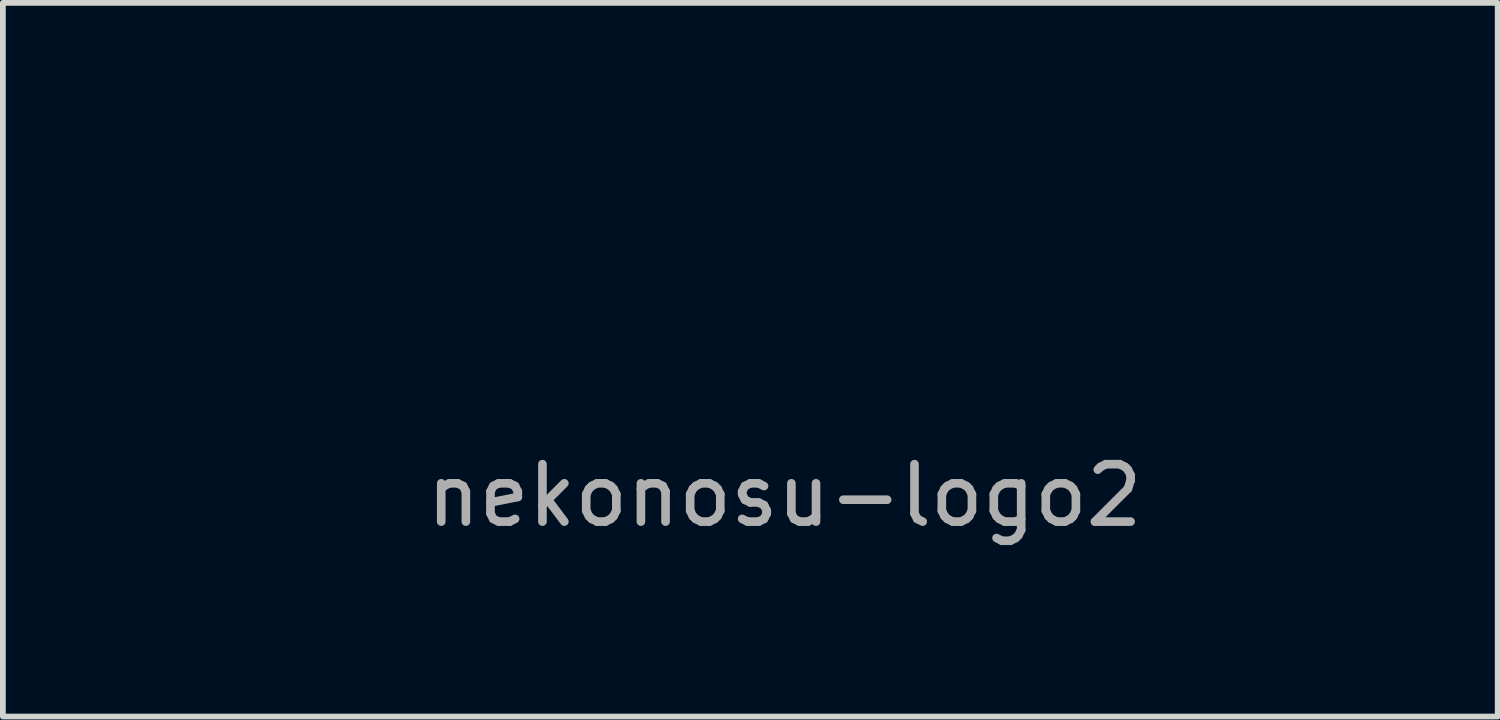
<source format=kicad_pcb>
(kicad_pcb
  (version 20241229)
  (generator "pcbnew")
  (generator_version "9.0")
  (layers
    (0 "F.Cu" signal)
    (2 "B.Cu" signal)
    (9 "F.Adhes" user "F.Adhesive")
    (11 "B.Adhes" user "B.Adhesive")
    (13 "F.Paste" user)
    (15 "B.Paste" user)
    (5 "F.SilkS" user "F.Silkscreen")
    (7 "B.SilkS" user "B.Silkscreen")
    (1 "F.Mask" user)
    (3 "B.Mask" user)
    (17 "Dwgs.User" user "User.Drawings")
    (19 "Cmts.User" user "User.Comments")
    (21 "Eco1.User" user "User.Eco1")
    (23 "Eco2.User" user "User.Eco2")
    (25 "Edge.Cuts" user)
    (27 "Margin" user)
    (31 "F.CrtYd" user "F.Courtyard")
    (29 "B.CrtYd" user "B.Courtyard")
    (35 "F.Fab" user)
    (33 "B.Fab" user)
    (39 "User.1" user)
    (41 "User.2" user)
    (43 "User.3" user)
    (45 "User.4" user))
  (footprint "nekonosu-logo2"
    (layer "F.Cu")
    (at 10.607 4.305)
    (property "Reference" "nekonosu-logo2" (at 0 1.27 0) (layer "F.Fab") (effects (font (size 1 1) (thickness 0.15))))
    (attr through_hole)
    (fp_line (start -10.199 -2.241) (end -9.719 -4.205) (stroke (width 0.2) (type solid)) (layer "F.Mask"))
    (fp_line (start -9.719 -4.205) (end -8.121 -3.287) (stroke (width 0.2) (type solid)) (layer "F.Mask"))
    (fp_line (start -6.899 -3.049) (end -4.742 -2.781) (stroke (width 0.2) (type solid)) (layer "F.Mask"))
    (fp_line (start -6.004 0.721) (end -6.004 -0.14) (stroke (width 0.2) (type solid)) (layer "F.Mask"))
    (fp_line (start -5.27 -0.654) (end -5.27 0.721) (stroke (width 0.2) (type solid)) (layer "F.Mask"))
    (fp_line (start -5.27 0.721) (end -6.004 0.721) (stroke (width 0.2) (type solid)) (layer "F.Mask"))
    (fp_line (start -4.954 0.721) (end -4.954 -0.654) (stroke (width 0.2) (type solid)) (layer "F.Mask"))
    (fp_line (start -4.742 -2.781) (end -5.531 -1.403) (stroke (width 0.2) (type solid)) (layer "F.Mask"))
    (fp_line (start -4.22 -0.654) (end -4.22 0.721) (stroke (width 0.2) (type solid)) (layer "F.Mask"))
    (fp_line (start -4.22 0.721) (end -4.954 0.721) (stroke (width 0.2) (type solid)) (layer "F.Mask"))
    (fp_line (start -3.825 0.062) (end -3.825 -0.781) (stroke (width 0.2) (type solid)) (layer "F.Mask"))
    (fp_line (start -3.048 -1.434) (end -2.411 -1.434) (stroke (width 0.2) (type solid)) (layer "F.Mask"))
    (fp_line (start -2.904 0.107) (end -2.411 0.107) (stroke (width 0.2) (type solid)) (layer "F.Mask"))
    (fp_line (start -2.863 -0.594) (end -2.459 -0.594) (stroke (width 0.2) (type solid)) (layer "F.Mask"))
    (fp_line (start -2.459 -0.594) (end -2.459 -0.116) (stroke (width 0.2) (type solid)) (layer "F.Mask"))
    (fp_line (start -2.459 -0.116) (end -2.937 -0.116) (stroke (width 0.2) (type solid)) (layer "F.Mask"))
    (fp_line (start -2.411 -1.434) (end -2.411 -0.813) (stroke (width 0.2) (type solid)) (layer "F.Mask"))
    (fp_line (start -2.411 -0.813) (end -2.878 -0.813) (stroke (width 0.2) (type solid)) (layer "F.Mask"))
    (fp_line (start -2.411 0.107) (end -2.411 0.721) (stroke (width 0.2) (type solid)) (layer "F.Mask"))
    (fp_line (start -2.411 0.721) (end -2.989 0.721) (stroke (width 0.2) (type solid)) (layer "F.Mask"))
    (fp_line (start -1.989 -1.434) (end -1.257 -1.434) (stroke (width 0.2) (type solid)) (layer "F.Mask"))
    (fp_line (start -1.989 0.721) (end -1.989 -1.434) (stroke (width 0.2) (type solid)) (layer "F.Mask"))
    (fp_line (start -1.257 -1.434) (end -1.257 0.721) (stroke (width 0.2) (type solid)) (layer "F.Mask"))
    (fp_line (start -1.257 0.721) (end -1.989 0.721) (stroke (width 0.2) (type solid)) (layer "F.Mask"))
    (fp_line (start -1.234 -0.468) (end -0.601 -1.434) (stroke (width 0.2) (type solid)) (layer "F.Mask"))
    (fp_line (start -0.675 0.721) (end -1.234 -0.468) (stroke (width 0.2) (type solid)) (layer "F.Mask"))
    (fp_line (start -0.601 -1.434) (end 0.154 -1.434) (stroke (width 0.2) (type solid)) (layer "F.Mask"))
    (fp_line (start -0.498 -0.455) (end 0.15 0.721) (stroke (width 0.2) (type solid)) (layer "F.Mask"))
    (fp_line (start 0.15 0.721) (end -0.675 0.721) (stroke (width 0.2) (type solid)) (layer "F.Mask"))
    (fp_line (start 0.154 -1.434) (end -0.498 -0.455) (stroke (width 0.2) (type solid)) (layer "F.Mask"))
    (fp_line (start 1.546 -0.852) (end 1.546 -0.852) (stroke (width 0.2) (type solid)) (layer "F.Mask"))
    (fp_line (start 1.568 -1.485) (end 1.568 -1.485) (stroke (width 0.2) (type solid)) (layer "F.Mask"))
    (fp_line (start 3.135 0.721) (end 3.135 -0.678) (stroke (width 0.2) (type solid)) (layer "F.Mask"))
    (fp_line (start 3.868 -0.655) (end 3.868 0.721) (stroke (width 0.2) (type solid)) (layer "F.Mask"))
    (fp_line (start 3.868 0.721) (end 3.135 0.721) (stroke (width 0.2) (type solid)) (layer "F.Mask"))
    (fp_line (start 4.186 0.721) (end 4.186 -0.655) (stroke (width 0.2) (type solid)) (layer "F.Mask"))
    (fp_line (start 4.919 -0.655) (end 4.919 0.721) (stroke (width 0.2) (type solid)) (layer "F.Mask"))
    (fp_line (start 4.919 0.721) (end 4.186 0.721) (stroke (width 0.2) (type solid)) (layer "F.Mask"))
    (fp_line (start 6.514 -0.852) (end 6.514 -0.852) (stroke (width 0.2) (type solid)) (layer "F.Mask"))
    (fp_line (start 6.536 -1.485) (end 6.536 -1.485) (stroke (width 0.2) (type solid)) (layer "F.Mask"))
    (fp_line (start 8.03 0.705) (end 8.03 0.081) (stroke (width 0.2) (type solid)) (layer "F.Mask"))
    (fp_line (start 9.055 -0.503) (end 9.111 -0.419) (stroke (width 0.2) (type solid)) (layer "F.Mask"))
    (fp_line (start 9.314 -1.44) (end 9.314 -1.44) (stroke (width 0.2) (type solid)) (layer "F.Mask"))
    (fp_line (start 9.314 -1.44) (end 9.314 -0.826) (stroke (width 0.2) (type solid)) (layer "F.Mask"))
    (fp_curve (pts (xy -10.507 -1.256) (xy -10.507 -1.613) (xy -10.395 -1.949) (xy -10.199 -2.241)) (stroke (width 0.2) (type solid)) (layer "F.Mask"))
    (fp_curve (pts (xy -8.121 -3.287) (xy -8.099 -3.287) (xy -8.076 -3.288) (xy -8.053 -3.288)) (stroke (width 0.2) (type solid)) (layer "F.Mask"))
    (fp_curve (pts (xy -8.053 -3.288) (xy -7.636 -3.288) (xy -7.243 -3.201) (xy -6.899 -3.049)) (stroke (width 0.2) (type solid)) (layer "F.Mask"))
    (fp_curve (pts (xy -8.053 0.775) (xy -9.407 0.775) (xy -10.507 -0.135) (xy -10.507 -1.256)) (stroke (width 0.2) (type solid)) (layer "F.Mask"))
    (fp_curve (pts (xy -6.004 -0.14) (xy -6.443 0.411) (xy -7.197 0.775) (xy -8.053 0.775)) (stroke (width 0.2) (type solid)) (layer "F.Mask"))
    (fp_curve (pts (xy -5.531 -1.403) (xy -5.401 -1.458) (xy -5.251 -1.485) (xy -5.08 -1.485)) (stroke (width 0.2) (type solid)) (layer "F.Mask"))
    (fp_curve (pts (xy -5.115 -0.851) (xy -5.218 -0.851) (xy -5.27 -0.786) (xy -5.27 -0.654)) (stroke (width 0.2) (type solid)) (layer "F.Mask"))
    (fp_curve (pts (xy -5.08 -1.485) (xy -4.802 -1.485) (xy -4.589 -1.414) (xy -4.442 -1.271)) (stroke (width 0.2) (type solid)) (layer "F.Mask"))
    (fp_curve (pts (xy -4.954 -0.654) (xy -4.954 -0.786) (xy -5.008 -0.851) (xy -5.115 -0.851)) (stroke (width 0.2) (type solid)) (layer "F.Mask"))
    (fp_curve (pts (xy -4.442 -1.271) (xy -4.294 -1.128) (xy -4.22 -0.922) (xy -4.22 -0.654)) (stroke (width 0.2) (type solid)) (layer "F.Mask"))
    (fp_curve (pts (xy -3.825 -0.781) (xy -3.825 -0.988) (xy -3.755 -1.149) (xy -3.622 -1.262)) (stroke (width 0.2) (type solid)) (layer "F.Mask"))
    (fp_curve (pts (xy -3.622 -1.262) (xy -3.485 -1.375) (xy -3.296 -1.434) (xy -3.048 -1.434)) (stroke (width 0.2) (type solid)) (layer "F.Mask"))
    (fp_curve (pts (xy -3.611 0.553) (xy -3.751 0.44) (xy -3.825 0.275) (xy -3.825 0.062)) (stroke (width 0.2) (type solid)) (layer "F.Mask"))
    (fp_curve (pts (xy -3.115 -0.006) (xy -3.115 0.039) (xy -3.103 0.072) (xy -3.074 0.085)) (stroke (width 0.2) (type solid)) (layer "F.Mask"))
    (fp_curve (pts (xy -3.074 -0.09) (xy -3.103 -0.074) (xy -3.115 -0.045) (xy -3.115 -0.006)) (stroke (width 0.2) (type solid)) (layer "F.Mask"))
    (fp_curve (pts (xy -3.074 0.085) (xy -3.048 0.098) (xy -2.989 0.107) (xy -2.904 0.107)) (stroke (width 0.2) (type solid)) (layer "F.Mask"))
    (fp_curve (pts (xy -3.07 -0.707) (xy -3.07 -0.665) (xy -3.055 -0.636) (xy -3.022 -0.62)) (stroke (width 0.2) (type solid)) (layer "F.Mask"))
    (fp_curve (pts (xy -3.022 -0.62) (xy -2.992 -0.603) (xy -2.941 -0.594) (xy -2.863 -0.594)) (stroke (width 0.2) (type solid)) (layer "F.Mask"))
    (fp_curve (pts (xy -2.989 0.721) (xy -3.259 0.721) (xy -3.466 0.666) (xy -3.611 0.553)) (stroke (width 0.2) (type solid)) (layer "F.Mask"))
    (fp_curve (pts (xy -2.937 -0.116) (xy -3.003 -0.116) (xy -3.048 -0.106) (xy -3.074 -0.09)) (stroke (width 0.2) (type solid)) (layer "F.Mask"))
    (fp_curve (pts (xy -2.878 -0.813) (xy -3.007 -0.813) (xy -3.07 -0.778) (xy -3.07 -0.707)) (stroke (width 0.2) (type solid)) (layer "F.Mask"))
    (fp_curve (pts (xy 0.25 -0.355) (xy 0.25 -0.671) (xy 0.376 -0.939) (xy 0.631 -1.159)) (stroke (width 0.2) (type solid)) (layer "F.Mask"))
    (fp_curve (pts (xy 0.628 0.443) (xy 0.376 0.224) (xy 0.25 -0.045) (xy 0.25 -0.355)) (stroke (width 0.2) (type solid)) (layer "F.Mask"))
    (fp_curve (pts (xy 0.631 -1.159) (xy 0.887 -1.375) (xy 1.198 -1.485) (xy 1.568 -1.485)) (stroke (width 0.2) (type solid)) (layer "F.Mask"))
    (fp_curve (pts (xy 1.001 -0.355) (xy 1.001 -0.219) (xy 1.053 -0.103) (xy 1.161 -0.006)) (stroke (width 0.2) (type solid)) (layer "F.Mask"))
    (fp_curve (pts (xy 1.161 -0.707) (xy 1.053 -0.61) (xy 1.001 -0.494) (xy 1.001 -0.355)) (stroke (width 0.2) (type solid)) (layer "F.Mask"))
    (fp_curve (pts (xy 1.161 -0.006) (xy 1.268 0.091) (xy 1.398 0.14) (xy 1.546 0.14)) (stroke (width 0.2) (type solid)) (layer "F.Mask"))
    (fp_curve (pts (xy 1.546 -0.852) (xy 1.394 -0.852) (xy 1.268 -0.804) (xy 1.161 -0.707)) (stroke (width 0.2) (type solid)) (layer "F.Mask"))
    (fp_curve (pts (xy 1.546 0.14) (xy 1.697 0.14) (xy 1.827 0.091) (xy 1.931 -0.006)) (stroke (width 0.2) (type solid)) (layer "F.Mask"))
    (fp_curve (pts (xy 1.546 0.776) (xy 1.187 0.776) (xy 0.883 0.663) (xy 0.628 0.443)) (stroke (width 0.2) (type solid)) (layer "F.Mask"))
    (fp_curve (pts (xy 1.568 -1.485) (xy 1.916 -1.485) (xy 2.216 -1.375) (xy 2.467 -1.153)) (stroke (width 0.2) (type solid)) (layer "F.Mask"))
    (fp_curve (pts (xy 1.931 -0.707) (xy 1.827 -0.804) (xy 1.697 -0.852) (xy 1.546 -0.852)) (stroke (width 0.2) (type solid)) (layer "F.Mask"))
    (fp_curve (pts (xy 1.931 -0.006) (xy 2.038 -0.103) (xy 2.09 -0.219) (xy 2.09 -0.355)) (stroke (width 0.2) (type solid)) (layer "F.Mask"))
    (fp_curve (pts (xy 2.09 -0.355) (xy 2.09 -0.494) (xy 2.038 -0.61) (xy 1.931 -0.707)) (stroke (width 0.2) (type solid)) (layer "F.Mask"))
    (fp_curve (pts (xy 2.464 0.446) (xy 2.212 0.666) (xy 1.905 0.776) (xy 1.546 0.776)) (stroke (width 0.2) (type solid)) (layer "F.Mask"))
    (fp_curve (pts (xy 2.467 -1.153) (xy 2.715 -0.93) (xy 2.841 -0.665) (xy 2.841 -0.355)) (stroke (width 0.2) (type solid)) (layer "F.Mask"))
    (fp_curve (pts (xy 2.841 -0.355) (xy 2.841 -0.041) (xy 2.715 0.227) (xy 2.464 0.446)) (stroke (width 0.2) (type solid)) (layer "F.Mask"))
    (fp_curve (pts (xy 3.135 -0.678) (xy 3.135 -0.92) (xy 3.22 -1.117) (xy 3.387 -1.266)) (stroke (width 0.2) (type solid)) (layer "F.Mask"))
    (fp_curve (pts (xy 3.387 -1.266) (xy 3.557 -1.411) (xy 3.779 -1.485) (xy 4.061 -1.485)) (stroke (width 0.2) (type solid)) (layer "F.Mask"))
    (fp_curve (pts (xy 4.024 -0.852) (xy 3.92 -0.852) (xy 3.868 -0.784) (xy 3.868 -0.655)) (stroke (width 0.2) (type solid)) (layer "F.Mask"))
    (fp_curve (pts (xy 4.061 -1.485) (xy 4.338 -1.485) (xy 4.549 -1.414) (xy 4.697 -1.272)) (stroke (width 0.2) (type solid)) (layer "F.Mask"))
    (fp_curve (pts (xy 4.186 -0.655) (xy 4.186 -0.784) (xy 4.131 -0.852) (xy 4.024 -0.852)) (stroke (width 0.2) (type solid)) (layer "F.Mask"))
    (fp_curve (pts (xy 4.697 -1.272) (xy 4.845 -1.127) (xy 4.919 -0.923) (xy 4.919 -0.655)) (stroke (width 0.2) (type solid)) (layer "F.Mask"))
    (fp_curve (pts (xy 5.219 -0.355) (xy 5.219 -0.671) (xy 5.344 -0.939) (xy 5.6 -1.159)) (stroke (width 0.2) (type solid)) (layer "F.Mask"))
    (fp_curve (pts (xy 5.596 0.443) (xy 5.344 0.224) (xy 5.219 -0.045) (xy 5.219 -0.355)) (stroke (width 0.2) (type solid)) (layer "F.Mask"))
    (fp_curve (pts (xy 5.6 -1.159) (xy 5.855 -1.375) (xy 6.166 -1.485) (xy 6.536 -1.485)) (stroke (width 0.2) (type solid)) (layer "F.Mask"))
    (fp_curve (pts (xy 5.97 -0.355) (xy 5.97 -0.219) (xy 6.022 -0.103) (xy 6.129 -0.006)) (stroke (width 0.2) (type solid)) (layer "F.Mask"))
    (fp_curve (pts (xy 6.129 -0.707) (xy 6.022 -0.61) (xy 5.97 -0.494) (xy 5.97 -0.355)) (stroke (width 0.2) (type solid)) (layer "F.Mask"))
    (fp_curve (pts (xy 6.129 -0.006) (xy 6.237 0.091) (xy 6.366 0.14) (xy 6.514 0.14)) (stroke (width 0.2) (type solid)) (layer "F.Mask"))
    (fp_curve (pts (xy 6.514 -0.852) (xy 6.362 -0.852) (xy 6.237 -0.804) (xy 6.129 -0.707)) (stroke (width 0.2) (type solid)) (layer "F.Mask"))
    (fp_curve (pts (xy 6.514 0.14) (xy 6.666 0.14) (xy 6.796 0.091) (xy 6.899 -0.006)) (stroke (width 0.2) (type solid)) (layer "F.Mask"))
    (fp_curve (pts (xy 6.514 0.776) (xy 6.155 0.776) (xy 5.852 0.663) (xy 5.596 0.443)) (stroke (width 0.2) (type solid)) (layer "F.Mask"))
    (fp_curve (pts (xy 6.536 -1.485) (xy 6.884 -1.485) (xy 7.184 -1.375) (xy 7.436 -1.153)) (stroke (width 0.2) (type solid)) (layer "F.Mask"))
    (fp_curve (pts (xy 6.899 -0.707) (xy 6.796 -0.804) (xy 6.666 -0.852) (xy 6.514 -0.852)) (stroke (width 0.2) (type solid)) (layer "F.Mask"))
    (fp_curve (pts (xy 6.899 -0.006) (xy 7.007 -0.103) (xy 7.058 -0.219) (xy 7.058 -0.355)) (stroke (width 0.2) (type solid)) (layer "F.Mask"))
    (fp_curve (pts (xy 7.058 -0.355) (xy 7.058 -0.494) (xy 7.007 -0.61) (xy 6.899 -0.707)) (stroke (width 0.2) (type solid)) (layer "F.Mask"))
    (fp_curve (pts (xy 7.432 0.446) (xy 7.18 0.666) (xy 6.873 0.776) (xy 6.514 0.776)) (stroke (width 0.2) (type solid)) (layer "F.Mask"))
    (fp_curve (pts (xy 7.436 -1.153) (xy 7.684 -0.93) (xy 7.81 -0.665) (xy 7.81 -0.355)) (stroke (width 0.2) (type solid)) (layer "F.Mask"))
    (fp_curve (pts (xy 7.81 -0.355) (xy 7.81 -0.041) (xy 7.684 0.227) (xy 7.432 0.446)) (stroke (width 0.2) (type solid)) (layer "F.Mask"))
    (fp_curve (pts (xy 8.03 0.081) (xy 8.1 0.12) (xy 8.163 0.14) (xy 8.215 0.14)) (stroke (width 0.2) (type solid)) (layer "F.Mask"))
    (fp_curve (pts (xy 8.174 -0.742) (xy 8.174 -0.943) (xy 8.256 -1.12) (xy 8.422 -1.266)) (stroke (width 0.2) (type solid)) (layer "F.Mask"))
    (fp_curve (pts (xy 8.215 0.14) (xy 8.281 0.14) (xy 8.333 0.123) (xy 8.378 0.091)) (stroke (width 0.2) (type solid)) (layer "F.Mask"))
    (fp_curve (pts (xy 8.337 -0.235) (xy 8.23 -0.403) (xy 8.174 -0.574) (xy 8.174 -0.742)) (stroke (width 0.2) (type solid)) (layer "F.Mask"))
    (fp_curve (pts (xy 8.378 0.091) (xy 8.418 0.059) (xy 8.441 0.02) (xy 8.441 -0.028)) (stroke (width 0.2) (type solid)) (layer "F.Mask"))
    (fp_curve (pts (xy 8.381 0.776) (xy 8.263 0.776) (xy 8.145 0.75) (xy 8.03 0.705)) (stroke (width 0.2) (type solid)) (layer "F.Mask"))
    (fp_curve (pts (xy 8.422 -1.266) (xy 8.589 -1.411) (xy 8.785 -1.485) (xy 9.014 -1.485)) (stroke (width 0.2) (type solid)) (layer "F.Mask"))
    (fp_curve (pts (xy 8.441 -0.028) (xy 8.441 -0.061) (xy 8.407 -0.132) (xy 8.337 -0.235)) (stroke (width 0.2) (type solid)) (layer "F.Mask"))
    (fp_curve (pts (xy 8.988 -0.668) (xy 8.988 -0.626) (xy 9.011 -0.571) (xy 9.055 -0.503)) (stroke (width 0.2) (type solid)) (layer "F.Mask"))
    (fp_curve (pts (xy 9.007 0.556) (xy 8.837 0.702) (xy 8.626 0.776) (xy 8.381 0.776)) (stroke (width 0.2) (type solid)) (layer "F.Mask"))
    (fp_curve (pts (xy 9.014 -1.485) (xy 9.118 -1.485) (xy 9.218 -1.472) (xy 9.314 -1.44)) (stroke (width 0.2) (type solid)) (layer "F.Mask"))
    (fp_curve (pts (xy 9.048 -0.797) (xy 9.007 -0.762) (xy 8.988 -0.72) (xy 8.988 -0.668)) (stroke (width 0.2) (type solid)) (layer "F.Mask"))
    (fp_curve (pts (xy 9.111 -0.419) (xy 9.211 -0.267) (xy 9.262 -0.119) (xy 9.262 0.026)) (stroke (width 0.2) (type solid)) (layer "F.Mask"))
    (fp_curve (pts (xy 9.192 -0.852) (xy 9.137 -0.852) (xy 9.088 -0.833) (xy 9.048 -0.797)) (stroke (width 0.2) (type solid)) (layer "F.Mask"))
    (fp_curve (pts (xy 9.262 0.026) (xy 9.262 0.233) (xy 9.177 0.411) (xy 9.007 0.556)) (stroke (width 0.2) (type solid)) (layer "F.Mask"))
    (fp_curve (pts (xy 9.314 -0.826) (xy 9.262 -0.842) (xy 9.218 -0.852) (xy 9.192 -0.852)) (stroke (width 0.2) (type solid)) (layer "F.Mask")))
  (gr_rect
    (start -3 -3)
    (end 23.021 9.423)
    (stroke (width 0.1) (type default))
    (fill no)
    (layer "Edge.Cuts")))
</source>
